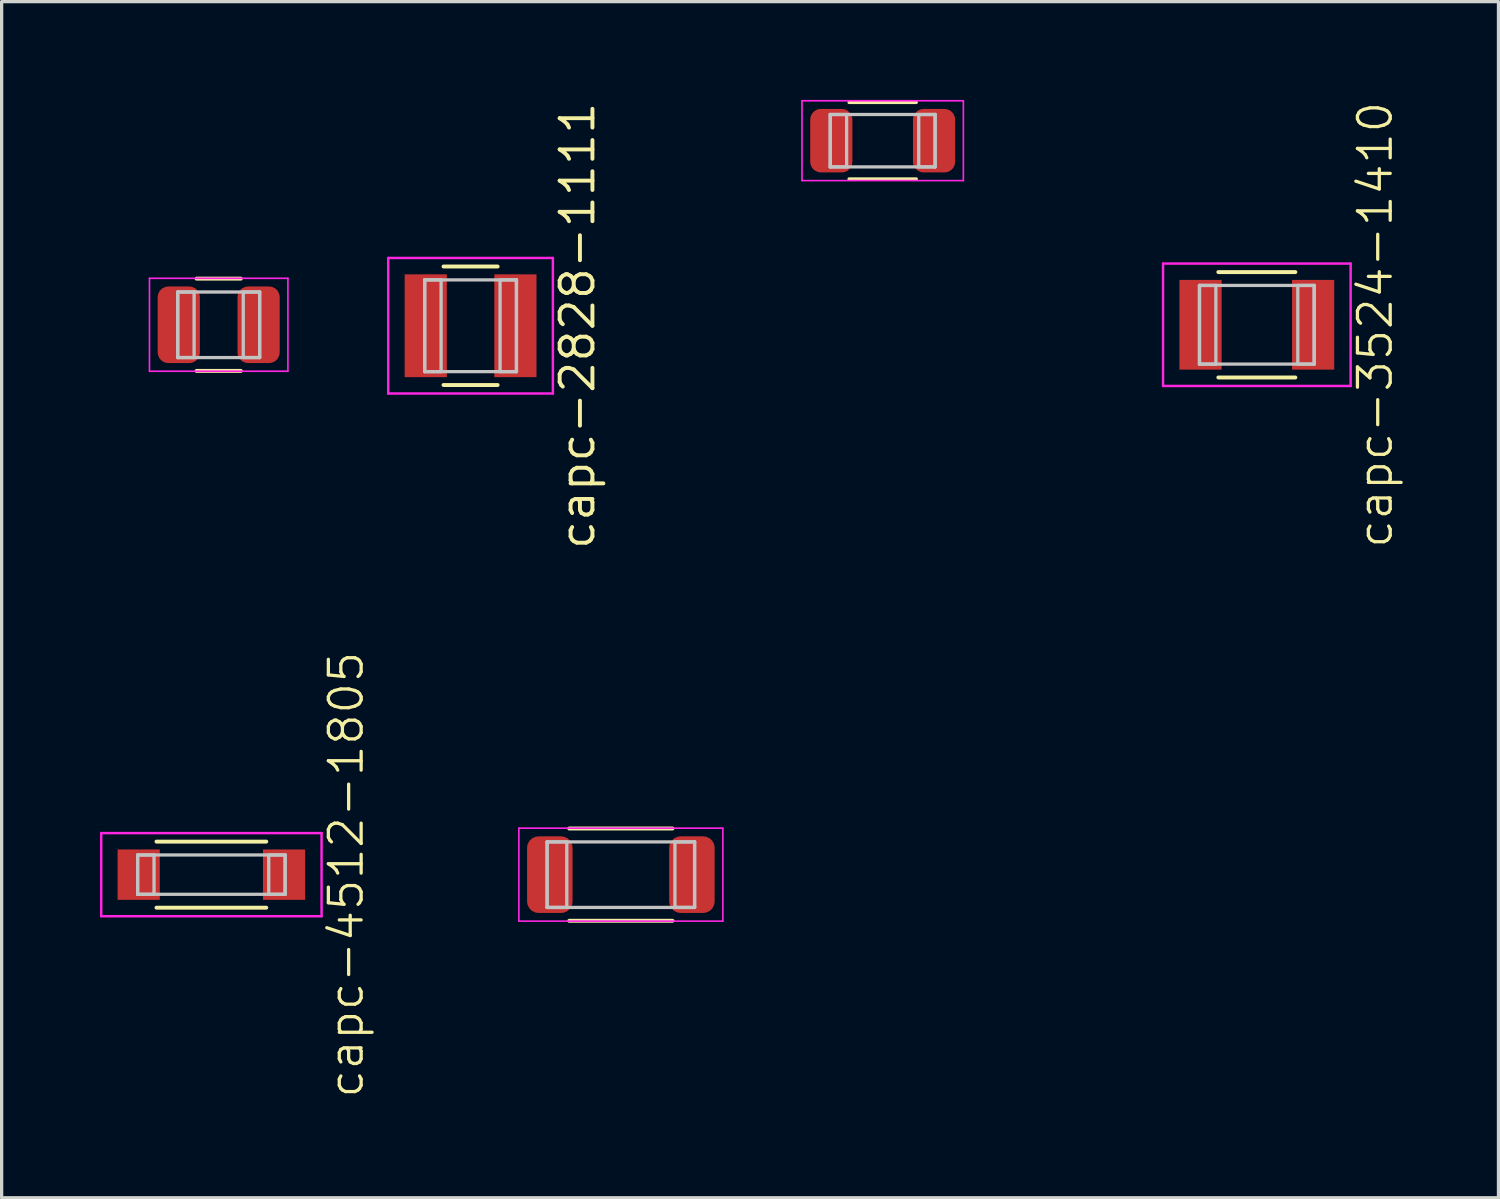
<source format=kicad_pcb>
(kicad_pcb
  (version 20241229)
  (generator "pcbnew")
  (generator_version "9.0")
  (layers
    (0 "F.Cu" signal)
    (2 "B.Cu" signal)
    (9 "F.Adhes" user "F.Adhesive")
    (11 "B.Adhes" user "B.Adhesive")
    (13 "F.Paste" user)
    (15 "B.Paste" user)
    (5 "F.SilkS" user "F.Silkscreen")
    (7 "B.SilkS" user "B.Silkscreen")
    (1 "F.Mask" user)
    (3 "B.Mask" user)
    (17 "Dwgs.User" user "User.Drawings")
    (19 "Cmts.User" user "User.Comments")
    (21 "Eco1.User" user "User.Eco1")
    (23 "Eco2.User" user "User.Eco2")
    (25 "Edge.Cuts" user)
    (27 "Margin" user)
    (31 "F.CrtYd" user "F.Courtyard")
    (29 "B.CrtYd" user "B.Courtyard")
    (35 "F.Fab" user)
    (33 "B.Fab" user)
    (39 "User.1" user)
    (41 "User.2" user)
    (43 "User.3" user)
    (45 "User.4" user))
  (footprint "capc-4512-1805"
    (layer "F.Cu")
    (at 3.4 23.639)
    (property "Reference" "capc-4512-1805" (at 4.112 0 90) (layer "F.SilkS") (effects (font (size 1 1) (thickness 0.1))))
    (attr through_hole)
    (fp_line (start -1.675 -1.008) (end 1.675 -1.008) (stroke (width 0.12) (type solid)) (layer "F.SilkS"))
    (fp_line (start -1.675 1.008) (end 1.675 1.008) (stroke (width 0.12) (type solid)) (layer "F.SilkS"))
    (fp_line (start -2.25 -0.6) (end -2.25 0.6) (stroke (width 0.1) (type solid)) (layer "Dwgs.User"))
    (fp_line (start -2.25 -0.6) (end -2.25 0.6) (stroke (width 0.1) (type solid)) (layer "Dwgs.User"))
    (fp_line (start -2.25 0.6) (end -1.75 0.6) (stroke (width 0.1) (type solid)) (layer "Dwgs.User"))
    (fp_line (start -2.25 0.6) (end 2.25 0.6) (stroke (width 0.1) (type solid)) (layer "Dwgs.User"))
    (fp_line (start -1.75 -0.6) (end -2.25 -0.6) (stroke (width 0.1) (type solid)) (layer "Dwgs.User"))
    (fp_line (start -1.75 0.6) (end -1.75 -0.6) (stroke (width 0.1) (type solid)) (layer "Dwgs.User"))
    (fp_line (start 1.75 -0.6) (end 1.75 0.6) (stroke (width 0.1) (type solid)) (layer "Dwgs.User"))
    (fp_line (start 1.75 0.6) (end 2.25 0.6) (stroke (width 0.1) (type solid)) (layer "Dwgs.User"))
    (fp_line (start 2.25 -0.6) (end -2.25 -0.6) (stroke (width 0.1) (type solid)) (layer "Dwgs.User"))
    (fp_line (start 2.25 -0.6) (end 1.75 -0.6) (stroke (width 0.1) (type solid)) (layer "Dwgs.User"))
    (fp_line (start 2.25 0.6) (end 2.25 -0.6) (stroke (width 0.1) (type solid)) (layer "Dwgs.User"))
    (fp_line (start 2.25 0.6) (end 2.25 -0.6) (stroke (width 0.1) (type solid)) (layer "Dwgs.User"))
    (fp_line (start -3.362 -1.268) (end -3.362 1.268) (stroke (width 0.075) (type solid)) (layer "F.CrtYd"))
    (fp_line (start -3.362 1.268) (end 3.362 1.268) (stroke (width 0.075) (type solid)) (layer "F.CrtYd"))
    (fp_line (start 3.362 -1.268) (end -3.362 -1.268) (stroke (width 0.075) (type solid)) (layer "F.CrtYd"))
    (fp_line (start 3.362 1.268) (end 3.362 -1.268) (stroke (width 0.075) (type solid)) (layer "F.CrtYd"))
    (pad "1" smd rect (at -2.218 0) (size 1.287 1.537) (layers "F.Cu" "F.Mask" "F.Paste"))
    (pad "2" smd rect (at 2.218 0) (size 1.287 1.537) (layers "F.Cu" "F.Mask" "F.Paste")))
  (footprint "capc-3524-1410"
    (layer "F.Cu")
    (at 35.301 6.86)
    (property "Reference" "capc-3524-1410" (at 3.612 0 90) (layer "F.SilkS") (effects (font (size 1 1) (thickness 0.1))))
    (attr through_hole)
    (fp_line (start -1.175 -1.608) (end 1.175 -1.608) (stroke (width 0.12) (type solid)) (layer "F.SilkS"))
    (fp_line (start -1.175 1.608) (end 1.175 1.608) (stroke (width 0.12) (type solid)) (layer "F.SilkS"))
    (fp_line (start -1.75 -1.2) (end -1.75 1.2) (stroke (width 0.1) (type solid)) (layer "Dwgs.User"))
    (fp_line (start -1.75 -1.2) (end -1.75 1.2) (stroke (width 0.1) (type solid)) (layer "Dwgs.User"))
    (fp_line (start -1.75 1.2) (end -1.25 1.2) (stroke (width 0.1) (type solid)) (layer "Dwgs.User"))
    (fp_line (start -1.75 1.2) (end 1.75 1.2) (stroke (width 0.1) (type solid)) (layer "Dwgs.User"))
    (fp_line (start -1.25 -1.2) (end -1.75 -1.2) (stroke (width 0.1) (type solid)) (layer "Dwgs.User"))
    (fp_line (start -1.25 1.2) (end -1.25 -1.2) (stroke (width 0.1) (type solid)) (layer "Dwgs.User"))
    (fp_line (start 1.25 -1.2) (end 1.25 1.2) (stroke (width 0.1) (type solid)) (layer "Dwgs.User"))
    (fp_line (start 1.25 1.2) (end 1.75 1.2) (stroke (width 0.1) (type solid)) (layer "Dwgs.User"))
    (fp_line (start 1.75 -1.2) (end -1.75 -1.2) (stroke (width 0.1) (type solid)) (layer "Dwgs.User"))
    (fp_line (start 1.75 -1.2) (end 1.25 -1.2) (stroke (width 0.1) (type solid)) (layer "Dwgs.User"))
    (fp_line (start 1.75 1.2) (end 1.75 -1.2) (stroke (width 0.1) (type solid)) (layer "Dwgs.User"))
    (fp_line (start 1.75 1.2) (end 1.75 -1.2) (stroke (width 0.1) (type solid)) (layer "Dwgs.User"))
    (fp_line (start -2.862 -1.868) (end -2.862 1.868) (stroke (width 0.075) (type solid)) (layer "F.CrtYd"))
    (fp_line (start -2.862 1.868) (end 2.862 1.868) (stroke (width 0.075) (type solid)) (layer "F.CrtYd"))
    (fp_line (start 2.862 -1.868) (end -2.862 -1.868) (stroke (width 0.075) (type solid)) (layer "F.CrtYd"))
    (fp_line (start 2.862 1.868) (end 2.862 -1.868) (stroke (width 0.075) (type solid)) (layer "F.CrtYd"))
    (pad "1" smd rect (at -1.718 0) (size 1.287 2.737) (layers "F.Cu" "F.Mask" "F.Paste"))
    (pad "2" smd rect (at 1.718 0) (size 1.287 2.737) (layers "F.Cu" "F.Mask" "F.Paste")))
  (footprint "capc-4520-1808"
    (layer "F.Cu")
    (at 15.895 23.639)
    (property "Reference" "capc-4520-1808" (at -3.862 0 90) (layer "User.1") (effects (font (size 1 1) (thickness 0.1))))
    (attr through_hole)
    (fp_line (start -1.575 -1.408) (end 1.575 -1.408) (stroke (width 0.12) (type solid)) (layer "F.SilkS"))
    (fp_line (start -1.575 1.408) (end 1.575 1.408) (stroke (width 0.12) (type solid)) (layer "F.SilkS"))
    (fp_line (start -2.25 -1) (end -2.25 1) (stroke (width 0.1) (type solid)) (layer "Dwgs.User"))
    (fp_line (start -2.25 -1) (end -2.25 1) (stroke (width 0.1) (type solid)) (layer "Dwgs.User"))
    (fp_line (start -2.25 1) (end -1.65 1) (stroke (width 0.1) (type solid)) (layer "Dwgs.User"))
    (fp_line (start -2.25 1) (end 2.25 1) (stroke (width 0.1) (type solid)) (layer "Dwgs.User"))
    (fp_line (start -1.65 -1) (end -2.25 -1) (stroke (width 0.1) (type solid)) (layer "Dwgs.User"))
    (fp_line (start -1.65 1) (end -1.65 -1) (stroke (width 0.1) (type solid)) (layer "Dwgs.User"))
    (fp_line (start 1.65 -1) (end 1.65 1) (stroke (width 0.1) (type solid)) (layer "Dwgs.User"))
    (fp_line (start 1.65 1) (end 2.25 1) (stroke (width 0.1) (type solid)) (layer "Dwgs.User"))
    (fp_line (start 2.25 -1) (end -2.25 -1) (stroke (width 0.1) (type solid)) (layer "Dwgs.User"))
    (fp_line (start 2.25 -1) (end 1.65 -1) (stroke (width 0.1) (type solid)) (layer "Dwgs.User"))
    (fp_line (start 2.25 1) (end 2.25 -1) (stroke (width 0.1) (type solid)) (layer "Dwgs.User"))
    (fp_line (start 2.25 1) (end 2.25 -1) (stroke (width 0.1) (type solid)) (layer "Dwgs.User"))
    (fp_line (start -3.112 -1.418) (end -3.112 1.418) (stroke (width 0.05) (type solid)) (layer "F.CrtYd"))
    (fp_line (start -3.112 1.418) (end 3.112 1.418) (stroke (width 0.05) (type solid)) (layer "F.CrtYd"))
    (fp_line (start 3.112 -1.418) (end -3.112 -1.418) (stroke (width 0.05) (type solid)) (layer "F.CrtYd"))
    (fp_line (start 3.112 1.418) (end 3.112 -1.418) (stroke (width 0.05) (type solid)) (layer "F.CrtYd"))
    (pad "1" smd roundrect (at -2.168 0) (size 1.387 2.337) (layers "F.Cu" "F.Mask" "F.Paste") (roundrect_rratio 0.25))
    (pad "2" smd roundrect (at 2.168 0) (size 1.387 2.337) (layers "F.Cu" "F.Mask" "F.Paste") (roundrect_rratio 0.25)))
  (footprint "capc-2520-1008"
    (layer "F.Cu")
    (at 3.623 6.86)
    (property "Reference" "capc-2520-1008" (at -2.862 0 90) (layer "User.1") (effects (font (size 1 1) (thickness 0.1))))
    (attr through_hole)
    (fp_line (start -0.675 -1.408) (end 0.675 -1.408) (stroke (width 0.12) (type solid)) (layer "F.SilkS"))
    (fp_line (start -0.675 1.408) (end 0.675 1.408) (stroke (width 0.12) (type solid)) (layer "F.SilkS"))
    (fp_line (start -1.25 -1) (end -1.25 1) (stroke (width 0.1) (type solid)) (layer "Dwgs.User"))
    (fp_line (start -1.25 -1) (end -1.25 1) (stroke (width 0.1) (type solid)) (layer "Dwgs.User"))
    (fp_line (start -1.25 1) (end -0.75 1) (stroke (width 0.1) (type solid)) (layer "Dwgs.User"))
    (fp_line (start -1.25 1) (end 1.25 1) (stroke (width 0.1) (type solid)) (layer "Dwgs.User"))
    (fp_line (start -0.75 -1) (end -1.25 -1) (stroke (width 0.1) (type solid)) (layer "Dwgs.User"))
    (fp_line (start -0.75 1) (end -0.75 -1) (stroke (width 0.1) (type solid)) (layer "Dwgs.User"))
    (fp_line (start 0.75 -1) (end 0.75 1) (stroke (width 0.1) (type solid)) (layer "Dwgs.User"))
    (fp_line (start 0.75 1) (end 1.25 1) (stroke (width 0.1) (type solid)) (layer "Dwgs.User"))
    (fp_line (start 1.25 -1) (end -1.25 -1) (stroke (width 0.1) (type solid)) (layer "Dwgs.User"))
    (fp_line (start 1.25 -1) (end 0.75 -1) (stroke (width 0.1) (type solid)) (layer "Dwgs.User"))
    (fp_line (start 1.25 1) (end 1.25 -1) (stroke (width 0.1) (type solid)) (layer "Dwgs.User"))
    (fp_line (start 1.25 1) (end 1.25 -1) (stroke (width 0.1) (type solid)) (layer "Dwgs.User"))
    (fp_line (start -2.112 -1.418) (end -2.112 1.418) (stroke (width 0.05) (type solid)) (layer "F.CrtYd"))
    (fp_line (start -2.112 1.418) (end 2.112 1.418) (stroke (width 0.05) (type solid)) (layer "F.CrtYd"))
    (fp_line (start 2.112 -1.418) (end -2.112 -1.418) (stroke (width 0.05) (type solid)) (layer "F.CrtYd"))
    (fp_line (start 2.112 1.418) (end 2.112 -1.418) (stroke (width 0.05) (type solid)) (layer "F.CrtYd"))
    (pad "1" smd roundrect (at -1.218 0) (size 1.287 2.337) (layers "F.Cu" "F.Mask" "F.Paste") (roundrect_rratio 0.25))
    (pad "2" smd roundrect (at 1.218 0) (size 1.287 2.337) (layers "F.Cu" "F.Mask" "F.Paste") (roundrect_rratio 0.25)))
  (footprint "capc-2828-1111"
    (layer "F.Cu")
    (at 11.309 6.89)
    (property "Reference" "capc-2828-1111" (at 3.262 0 90) (layer "F.SilkS") (effects (font (size 1 1) (thickness 0.12))))
    (attr through_hole)
    (fp_line (start -0.825 -1.808) (end 0.825 -1.808) (stroke (width 0.12) (type solid)) (layer "F.SilkS"))
    (fp_line (start -0.825 1.808) (end 0.825 1.808) (stroke (width 0.12) (type solid)) (layer "F.SilkS"))
    (fp_line (start -1.4 -1.4) (end -1.4 1.4) (stroke (width 0.1) (type solid)) (layer "Dwgs.User"))
    (fp_line (start -1.4 -1.4) (end -1.4 1.4) (stroke (width 0.1) (type solid)) (layer "Dwgs.User"))
    (fp_line (start -1.4 1.4) (end -0.9 1.4) (stroke (width 0.1) (type solid)) (layer "Dwgs.User"))
    (fp_line (start -1.4 1.4) (end 1.4 1.4) (stroke (width 0.1) (type solid)) (layer "Dwgs.User"))
    (fp_line (start -0.9 -1.4) (end -1.4 -1.4) (stroke (width 0.1) (type solid)) (layer "Dwgs.User"))
    (fp_line (start -0.9 1.4) (end -0.9 -1.4) (stroke (width 0.1) (type solid)) (layer "Dwgs.User"))
    (fp_line (start 0.9 -1.4) (end 0.9 1.4) (stroke (width 0.1) (type solid)) (layer "Dwgs.User"))
    (fp_line (start 0.9 1.4) (end 1.4 1.4) (stroke (width 0.1) (type solid)) (layer "Dwgs.User"))
    (fp_line (start 1.4 -1.4) (end -1.4 -1.4) (stroke (width 0.1) (type solid)) (layer "Dwgs.User"))
    (fp_line (start 1.4 -1.4) (end 0.9 -1.4) (stroke (width 0.1) (type solid)) (layer "Dwgs.User"))
    (fp_line (start 1.4 1.4) (end 1.4 -1.4) (stroke (width 0.1) (type solid)) (layer "Dwgs.User"))
    (fp_line (start 1.4 1.4) (end 1.4 -1.4) (stroke (width 0.1) (type solid)) (layer "Dwgs.User"))
    (fp_line (start -0.75 0) (end 0.75 0) (stroke (width 0.12) (type solid)) (layer "Eco1.User"))
    (fp_line (start 0 -0.75) (end 0 0.75) (stroke (width 0.12) (type solid)) (layer "Eco1.User"))
    (fp_circle (center 0 0) (end 0.5 0) (stroke (width 0.12) (type solid)) (fill no) (layer "Eco1.User"))
    (fp_line (start -2.512 -2.068) (end -2.512 2.068) (stroke (width 0.075) (type solid)) (layer "F.CrtYd"))
    (fp_line (start -2.512 2.068) (end 2.512 2.068) (stroke (width 0.075) (type solid)) (layer "F.CrtYd"))
    (fp_line (start 2.512 -2.068) (end -2.512 -2.068) (stroke (width 0.075) (type solid)) (layer "F.CrtYd"))
    (fp_line (start 2.512 2.068) (end 2.512 -2.068) (stroke (width 0.075) (type solid)) (layer "F.CrtYd"))
    (pad "1" smd rect (at -1.368 0) (size 1.287 3.137) (layers "F.Cu" "F.Mask" "F.Paste"))
    (pad "2" smd rect (at 1.368 0) (size 1.287 3.137) (layers "F.Cu" "F.Mask" "F.Paste")))
  (footprint "capc-3216-1206"
    (layer "F.Cu")
    (at 23.884 1.243)
    (property "Reference" "capc-3216-1206" (at 0 0 0) (layer "User.1") (effects (font (size 0.8 0.8) (thickness 0.1))))
    (attr through_hole)
    (fp_line (start -1.025 -1.168) (end 1.025 -1.168) (stroke (width 0.1) (type solid)) (layer "F.SilkS"))
    (fp_line (start -1.025 1.168) (end 1.025 1.168) (stroke (width 0.1) (type solid)) (layer "F.SilkS"))
    (fp_line (start -1.6 -0.8) (end -1.6 0.8) (stroke (width 0.1) (type solid)) (layer "Dwgs.User"))
    (fp_line (start -1.6 -0.8) (end -1.6 0.8) (stroke (width 0.1) (type solid)) (layer "Dwgs.User"))
    (fp_line (start -1.6 0.8) (end -1.1 0.8) (stroke (width 0.1) (type solid)) (layer "Dwgs.User"))
    (fp_line (start -1.6 0.8) (end 1.6 0.8) (stroke (width 0.1) (type solid)) (layer "Dwgs.User"))
    (fp_line (start -1.1 -0.8) (end -1.6 -0.8) (stroke (width 0.1) (type solid)) (layer "Dwgs.User"))
    (fp_line (start -1.1 0.8) (end -1.1 -0.8) (stroke (width 0.1) (type solid)) (layer "Dwgs.User"))
    (fp_line (start 1.1 -0.8) (end 1.1 0.8) (stroke (width 0.1) (type solid)) (layer "Dwgs.User"))
    (fp_line (start 1.1 0.8) (end 1.6 0.8) (stroke (width 0.1) (type solid)) (layer "Dwgs.User"))
    (fp_line (start 1.6 -0.8) (end -1.6 -0.8) (stroke (width 0.1) (type solid)) (layer "Dwgs.User"))
    (fp_line (start 1.6 -0.8) (end 1.1 -0.8) (stroke (width 0.1) (type solid)) (layer "Dwgs.User"))
    (fp_line (start 1.6 0.8) (end 1.6 -0.8) (stroke (width 0.1) (type solid)) (layer "Dwgs.User"))
    (fp_line (start 1.6 0.8) (end 1.6 -0.8) (stroke (width 0.1) (type solid)) (layer "Dwgs.User"))
    (fp_line (start -2.462 -1.218) (end -2.462 1.218) (stroke (width 0.05) (type solid)) (layer "F.CrtYd"))
    (fp_line (start -2.462 1.218) (end 2.462 1.218) (stroke (width 0.05) (type solid)) (layer "F.CrtYd"))
    (fp_line (start 2.462 -1.218) (end -2.462 -1.218) (stroke (width 0.05) (type solid)) (layer "F.CrtYd"))
    (fp_line (start 2.462 1.218) (end 2.462 -1.218) (stroke (width 0.05) (type solid)) (layer "F.CrtYd"))
    (pad "1" smd roundrect (at -1.568 0) (size 1.287 1.937) (layers "F.Cu" "F.Mask" "F.Paste") (roundrect_rratio 0.25))
    (pad "2" smd roundrect (at 1.568 0) (size 1.287 1.937) (layers "F.Cu" "F.Mask" "F.Paste") (roundrect_rratio 0.25)))
  (gr_rect
    (start -3 -3)
    (end 42.674 33.498)
    (stroke (width 0.1) (type default))
    (fill no)
    (layer "Edge.Cuts")))
</source>
